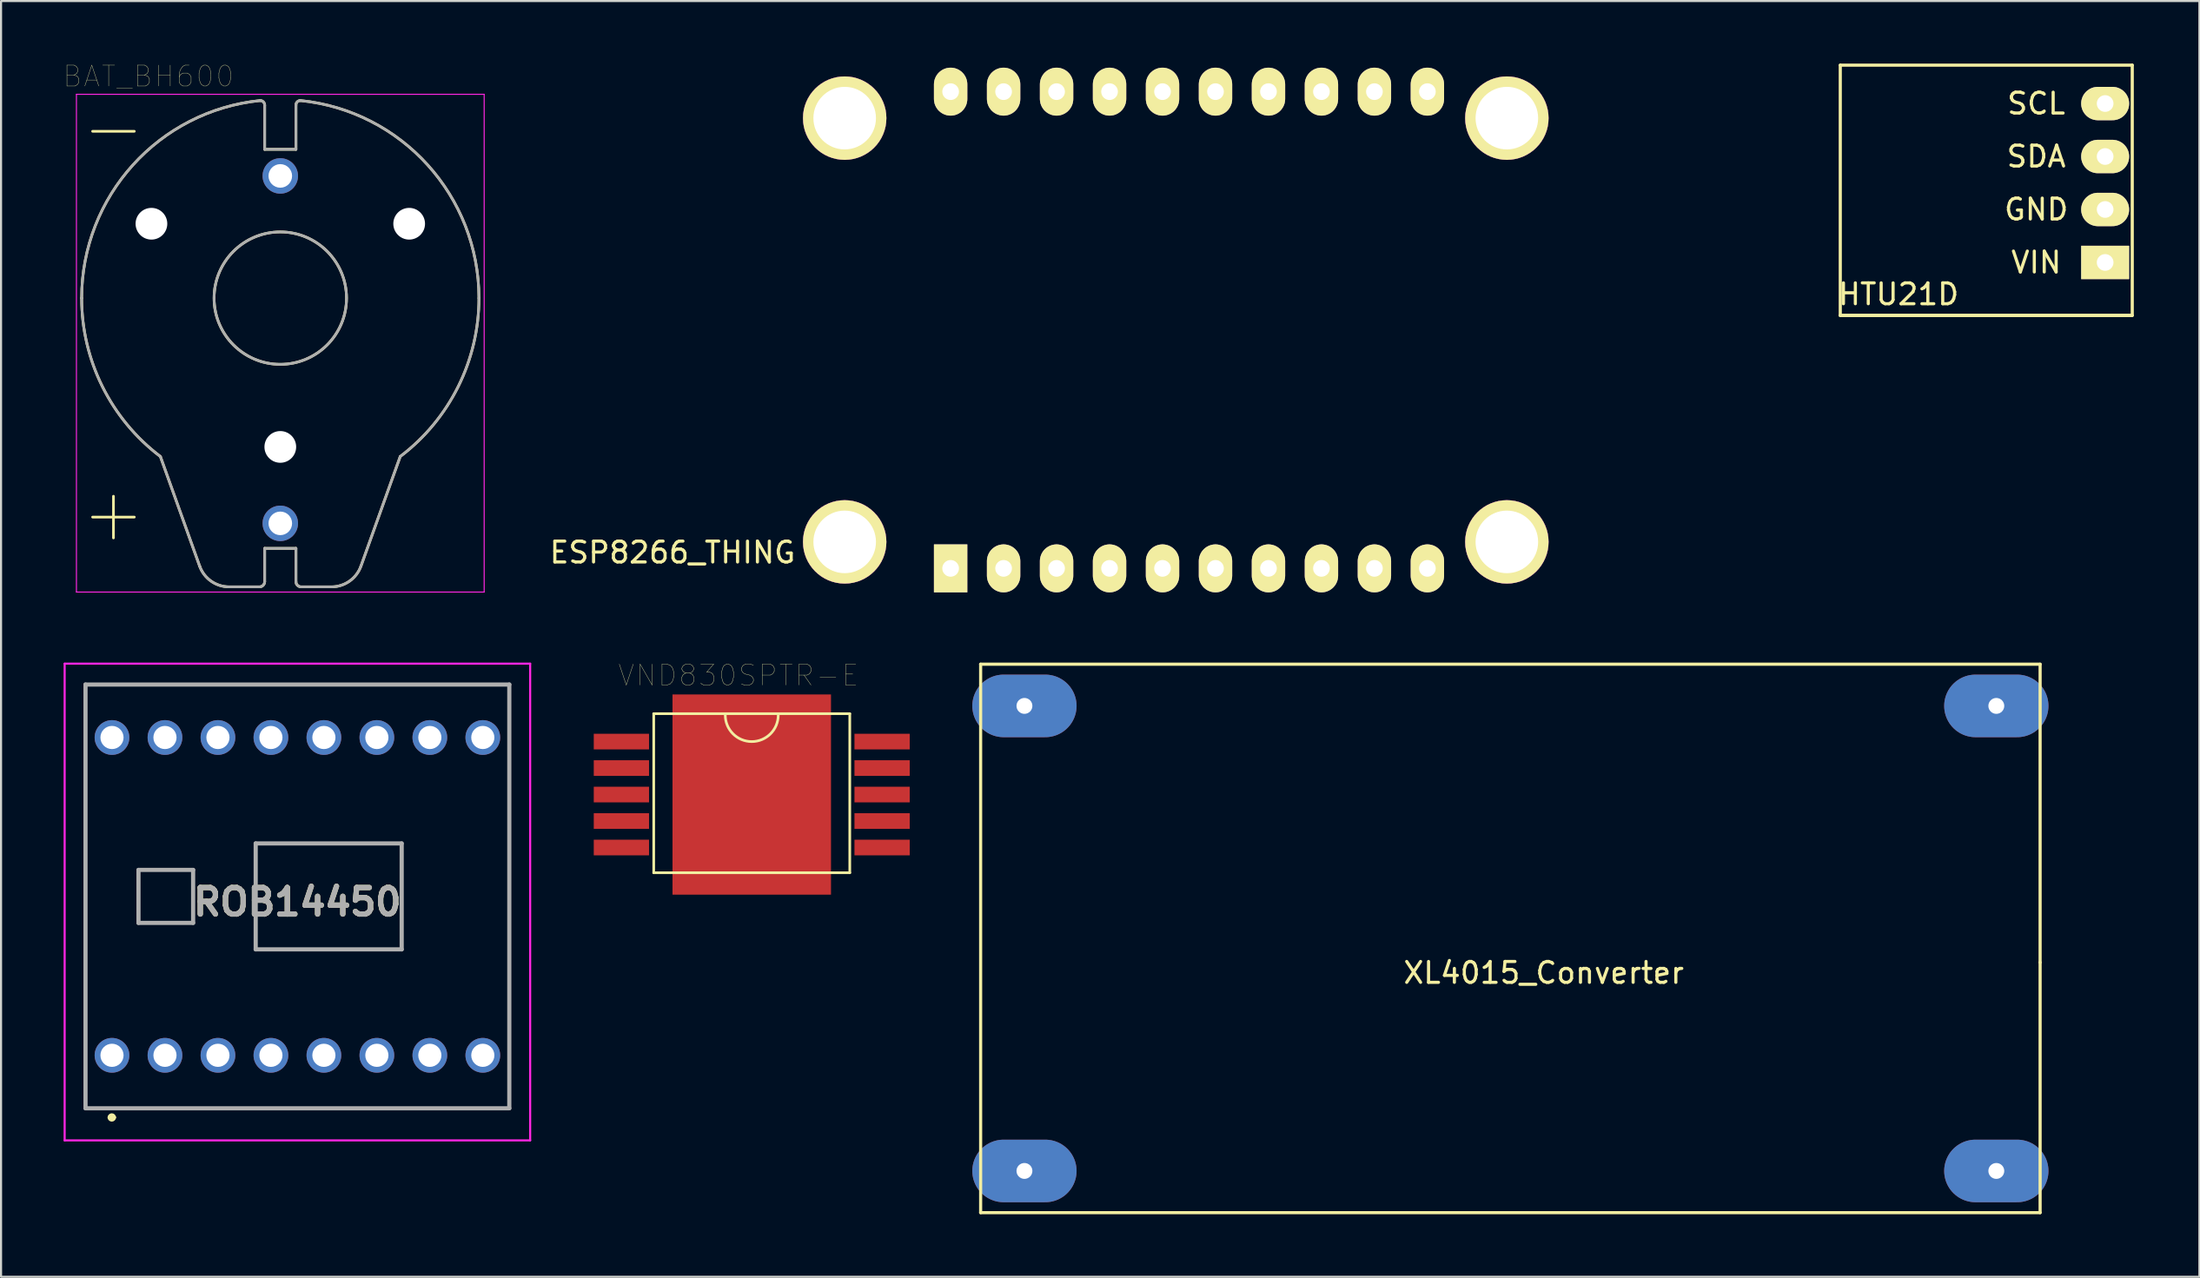
<source format=kicad_pcb>
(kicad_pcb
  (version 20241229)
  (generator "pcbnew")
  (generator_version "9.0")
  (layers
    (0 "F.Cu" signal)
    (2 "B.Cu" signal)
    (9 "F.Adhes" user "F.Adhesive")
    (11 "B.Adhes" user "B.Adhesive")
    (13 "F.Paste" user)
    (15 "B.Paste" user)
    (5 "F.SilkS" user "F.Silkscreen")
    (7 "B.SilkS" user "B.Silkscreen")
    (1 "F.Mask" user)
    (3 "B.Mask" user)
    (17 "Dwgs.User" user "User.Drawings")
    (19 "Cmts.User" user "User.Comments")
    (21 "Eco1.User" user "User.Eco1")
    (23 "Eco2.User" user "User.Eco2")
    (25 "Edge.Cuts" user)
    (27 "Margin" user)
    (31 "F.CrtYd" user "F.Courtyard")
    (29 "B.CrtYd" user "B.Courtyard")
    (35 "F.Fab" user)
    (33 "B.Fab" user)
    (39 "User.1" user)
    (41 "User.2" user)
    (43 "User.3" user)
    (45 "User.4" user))
  (footprint "ESP8266_THING"
    (layer "F.Cu")
    (at 26.021 25.475)
    (property "Reference" "ESP8266_THING" (at 3.175 -2.032 0) (layer "F.SilkS") (effects (font (size 1 1) (thickness 0.15))))
    (attr through_hole)
    (fp_circle (center 11.43 -22.86) (end 12.7 -21.59) (stroke (width 0.15) (type solid)) (fill no) (layer "F.SilkS"))
    (fp_circle (center 11.43 -2.54) (end 12.7 -1.27) (stroke (width 0.15) (type solid)) (fill no) (layer "F.SilkS"))
    (fp_circle (center 43.18 -22.86) (end 44.45 -21.59) (stroke (width 0.15) (type solid)) (fill no) (layer "F.SilkS"))
    (fp_circle (center 43.18 -2.54) (end 44.45 -1.27) (stroke (width 0.15) (type solid)) (fill no) (layer "F.SilkS"))
    (fp_line (start 0 -25.4) (end 0 0) (stroke (width 0.15) (type solid)) (layer "B.Adhes"))
    (fp_line (start 0 0) (end 55.88 0) (stroke (width 0.15) (type solid)) (layer "B.Adhes"))
    (fp_line (start 55.88 -25.4) (end 0 -25.4) (stroke (width 0.15) (type solid)) (layer "B.Adhes"))
    (fp_line (start 55.88 0) (end 55.88 -25.4) (stroke (width 0.15) (type solid)) (layer "B.Adhes"))
    (pad "" np_thru_hole circle (at 11.43 -22.86) (size 4 4) (drill 3) (layers "*.Cu" "*.Adhes" "*.Mask" "F.SilkS"))
    (pad "" np_thru_hole circle (at 11.43 -2.54) (size 4 4) (drill 3) (layers "*.Cu" "*.Adhes" "*.Mask" "F.SilkS"))
    (pad "" np_thru_hole circle (at 43.18 -22.86) (size 4 4) (drill 3) (layers "*.Cu" "*.Adhes" "*.Mask" "F.SilkS"))
    (pad "" np_thru_hole circle (at 43.18 -2.54) (size 4 4) (drill 3) (layers "*.Cu" "*.Adhes" "*.Mask" "F.SilkS"))
    (pad "1" thru_hole rect (at 16.51 -1.27) (size 1.6 2.3) (drill 0.8) (layers "*.Cu" "*.Mask" "F.SilkS"))
    (pad "2" thru_hole oval (at 19.05 -1.27) (size 1.6 2.3) (drill 0.8) (layers "*.Cu" "*.Mask" "F.SilkS"))
    (pad "3" thru_hole oval (at 21.59 -1.27) (size 1.6 2.3) (drill 0.8) (layers "*.Cu" "*.Mask" "F.SilkS"))
    (pad "4" thru_hole oval (at 24.13 -1.27) (size 1.6 2.3) (drill 0.8) (layers "*.Cu" "*.Mask" "F.SilkS"))
    (pad "5" thru_hole oval (at 26.67 -1.27) (size 1.6 2.3) (drill 0.8) (layers "*.Cu" "*.Mask" "F.SilkS"))
    (pad "6" thru_hole oval (at 29.21 -1.27) (size 1.6 2.3) (drill 0.8) (layers "*.Cu" "*.Mask" "F.SilkS"))
    (pad "7" thru_hole oval (at 31.75 -1.27) (size 1.6 2.3) (drill 0.8) (layers "*.Cu" "*.Mask" "F.SilkS"))
    (pad "8" thru_hole oval (at 34.29 -1.27) (size 1.6 2.3) (drill 0.8) (layers "*.Cu" "*.Mask" "F.SilkS"))
    (pad "9" thru_hole oval (at 36.83 -1.27) (size 1.6 2.3) (drill 0.8) (layers "*.Cu" "*.Mask" "F.SilkS"))
    (pad "10" thru_hole oval (at 39.37 -1.27) (size 1.6 2.3) (drill 0.8) (layers "*.Cu" "*.Mask" "F.SilkS"))
    (pad "11" thru_hole oval (at 39.37 -24.13) (size 1.6 2.3) (drill 0.8) (layers "*.Cu" "*.Mask" "F.SilkS"))
    (pad "12" thru_hole oval (at 36.83 -24.13) (size 1.6 2.3) (drill 0.8) (layers "*.Cu" "*.Mask" "F.SilkS"))
    (pad "13" thru_hole oval (at 34.29 -24.13) (size 1.6 2.3) (drill 0.8) (layers "*.Cu" "*.Mask" "F.SilkS"))
    (pad "14" thru_hole oval (at 31.75 -24.13) (size 1.6 2.3) (drill 0.8) (layers "*.Cu" "*.Mask" "F.SilkS"))
    (pad "15" thru_hole oval (at 29.21 -24.13) (size 1.6 2.3) (drill 0.8) (layers "*.Cu" "*.Mask" "F.SilkS"))
    (pad "16" thru_hole oval (at 26.67 -24.13) (size 1.6 2.3) (drill 0.8) (layers "*.Cu" "*.Mask" "F.SilkS"))
    (pad "17" thru_hole oval (at 24.13 -24.13) (size 1.6 2.3) (drill 0.8) (layers "*.Cu" "*.Mask" "F.SilkS"))
    (pad "18" thru_hole oval (at 21.59 -24.13) (size 1.6 2.3) (drill 0.8) (layers "*.Cu" "*.Mask" "F.SilkS"))
    (pad "19" thru_hole oval (at 19.05 -24.13) (size 1.6 2.3) (drill 0.8) (layers "*.Cu" "*.Mask" "F.SilkS"))
    (pad "20" thru_hole oval (at 16.51 -24.13) (size 1.6 2.3) (drill 0.8) (layers "*.Cu" "*.Mask" "F.SilkS")))
  (footprint "ROB14450"
    (layer "F.Cu")
    (at 11.21 39.935)
    (property "Reference" "ROB14450" (at 0 0.27 0) (layer "F.SilkS") (effects (font (size 1.27 1.27) (thickness 0.254))))
    (attr through_hole)
    (fp_line (start -10.16 -10.16) (end 10.16 -10.16) (stroke (width 0.1) (type solid)) (layer "F.SilkS"))
    (fp_line (start -10.16 10.16) (end -10.16 -10.16) (stroke (width 0.1) (type solid)) (layer "F.SilkS"))
    (fp_line (start -9 10.6) (end -9 10.6) (stroke (width 0.2) (type solid)) (layer "F.SilkS"))
    (fp_line (start -8.8 10.6) (end -8.8 10.6) (stroke (width 0.2) (type solid)) (layer "F.SilkS"))
    (fp_line (start 10.16 -10.16) (end 10.16 10.16) (stroke (width 0.1) (type solid)) (layer "F.SilkS"))
    (fp_line (start 10.16 10.16) (end -10.16 10.16) (stroke (width 0.1) (type solid)) (layer "F.SilkS"))
    (fp_arc (start -9 10.6) (mid -8.9 10.5) (end -8.8 10.6) (stroke (width 0.2) (type solid)) (layer "F.SilkS"))
    (fp_arc (start -8.8 10.6) (mid -8.9 10.7) (end -9 10.6) (stroke (width 0.2) (type solid)) (layer "F.SilkS"))
    (fp_line (start -11.16 -11.16) (end 11.16 -11.16) (stroke (width 0.1) (type solid)) (layer "F.CrtYd"))
    (fp_line (start -11.16 11.7) (end -11.16 -11.16) (stroke (width 0.1) (type solid)) (layer "F.CrtYd"))
    (fp_line (start 11.16 -11.16) (end 11.16 11.7) (stroke (width 0.1) (type solid)) (layer "F.CrtYd"))
    (fp_line (start 11.16 11.7) (end -11.16 11.7) (stroke (width 0.1) (type solid)) (layer "F.CrtYd"))
    (fp_line (start -10.16 -10.16) (end 10.16 -10.16) (stroke (width 0.2) (type solid)) (layer "F.Fab"))
    (fp_line (start -10.16 10.16) (end -10.16 -10.16) (stroke (width 0.2) (type solid)) (layer "F.Fab"))
    (fp_line (start -7.62 -1.27) (end -5 -1.27) (stroke (width 0.2) (type solid)) (layer "F.Fab"))
    (fp_line (start -7.62 1.27) (end -7.62 -1.27) (stroke (width 0.2) (type solid)) (layer "F.Fab"))
    (fp_line (start -5 -1.27) (end -5 1.27) (stroke (width 0.2) (type solid)) (layer "F.Fab"))
    (fp_line (start -5 1.27) (end -7.62 1.27) (stroke (width 0.2) (type solid)) (layer "F.Fab"))
    (fp_line (start -2 -2.54) (end 5 -2.54) (stroke (width 0.2) (type solid)) (layer "F.Fab"))
    (fp_line (start -2 2.54) (end -2 -2.54) (stroke (width 0.2) (type solid)) (layer "F.Fab"))
    (fp_line (start 5 -2.54) (end 5 2.54) (stroke (width 0.2) (type solid)) (layer "F.Fab"))
    (fp_line (start 5 2.54) (end -2 2.54) (stroke (width 0.2) (type solid)) (layer "F.Fab"))
    (fp_line (start 10.16 -10.16) (end 10.16 10.16) (stroke (width 0.2) (type solid)) (layer "F.Fab"))
    (fp_line (start 10.16 10.16) (end -10.16 10.16) (stroke (width 0.2) (type solid)) (layer "F.Fab"))
    (fp_text user "${REFERENCE}" (at 0 0.27 0) (layer "F.Fab") (effects (font (size 1.27 1.27) (thickness 0.254))))
    (pad "1" thru_hole circle (at -8.89 7.62) (size 1.665 1.665) (drill 1.11) (layers "*.Cu" "*.Mask"))
    (pad "2" thru_hole circle (at -6.35 7.62) (size 1.665 1.665) (drill 1.11) (layers "*.Cu" "*.Mask"))
    (pad "3" thru_hole circle (at -3.81 7.62) (size 1.665 1.665) (drill 1.11) (layers "*.Cu" "*.Mask"))
    (pad "4" thru_hole circle (at -1.27 7.62) (size 1.665 1.665) (drill 1.11) (layers "*.Cu" "*.Mask"))
    (pad "5" thru_hole circle (at 1.27 7.62) (size 1.665 1.665) (drill 1.11) (layers "*.Cu" "*.Mask"))
    (pad "6" thru_hole circle (at 3.81 7.62) (size 1.665 1.665) (drill 1.11) (layers "*.Cu" "*.Mask"))
    (pad "7" thru_hole circle (at 6.35 7.62) (size 1.665 1.665) (drill 1.11) (layers "*.Cu" "*.Mask"))
    (pad "8" thru_hole circle (at 8.89 7.62) (size 1.665 1.665) (drill 1.11) (layers "*.Cu" "*.Mask"))
    (pad "9" thru_hole circle (at -8.89 -7.62) (size 1.665 1.665) (drill 1.11) (layers "*.Cu" "*.Mask"))
    (pad "10" thru_hole circle (at -6.35 -7.62) (size 1.665 1.665) (drill 1.11) (layers "*.Cu" "*.Mask"))
    (pad "11" thru_hole circle (at -3.81 -7.62) (size 1.665 1.665) (drill 1.11) (layers "*.Cu" "*.Mask"))
    (pad "12" thru_hole circle (at -1.27 -7.62) (size 1.665 1.665) (drill 1.11) (layers "*.Cu" "*.Mask"))
    (pad "13" thru_hole circle (at 1.27 -7.62) (size 1.665 1.665) (drill 1.11) (layers "*.Cu" "*.Mask"))
    (pad "14" thru_hole circle (at 3.81 -7.62) (size 1.665 1.665) (drill 1.11) (layers "*.Cu" "*.Mask"))
    (pad "15" thru_hole circle (at 6.35 -7.62) (size 1.665 1.665) (drill 1.11) (layers "*.Cu" "*.Mask"))
    (pad "16" thru_hole circle (at 8.89 -7.62) (size 1.665 1.665) (drill 1.11) (layers "*.Cu" "*.Mask")))
  (footprint "BAT_BH600"
    (layer "F.Cu")
    (at 10.39 11.246)
    (property "Reference" "BAT_BH600" (at -6.325 -10.635 0) (layer "F.SilkS") (effects (font (size 1 1) (thickness 0.015))))
    (attr through_hole)
    (fp_line (start -9 -8) (end -7 -8) (stroke (width 0.127) (type solid)) (layer "F.SilkS"))
    (fp_line (start -9 10.5) (end -7 10.5) (stroke (width 0.127) (type solid)) (layer "F.SilkS"))
    (fp_line (start -8 9.5) (end -8 11.5) (stroke (width 0.127) (type solid)) (layer "F.SilkS"))
    (fp_line (start -5.75 7.595) (end -3.867 12.851) (stroke (width 0.127) (type solid)) (layer "F.SilkS"))
    (fp_line (start -2.455 13.845) (end -1 13.845) (stroke (width 0.127) (type solid)) (layer "F.SilkS"))
    (fp_line (start -0.75 -7.135) (end -0.75 -9.25) (stroke (width 0.127) (type solid)) (layer "F.SilkS"))
    (fp_line (start -0.75 -7.135) (end 0.75 -7.135) (stroke (width 0.127) (type solid)) (layer "F.SilkS"))
    (fp_line (start -0.75 12) (end 0.75 12) (stroke (width 0.127) (type solid)) (layer "F.SilkS"))
    (fp_line (start -0.75 13.595) (end -0.75 12) (stroke (width 0.127) (type solid)) (layer "F.SilkS"))
    (fp_line (start 0.75 -7.135) (end 0.75 -9.25) (stroke (width 0.127) (type solid)) (layer "F.SilkS"))
    (fp_line (start 0.75 13.595) (end 0.75 12) (stroke (width 0.127) (type solid)) (layer "F.SilkS"))
    (fp_line (start 2.455 13.845) (end 1 13.845) (stroke (width 0.127) (type solid)) (layer "F.SilkS"))
    (fp_line (start 5.75 7.595) (end 3.867 12.851) (stroke (width 0.127) (type solid)) (layer "F.SilkS"))
    (fp_arc (start -9.525 0) (mid -7.066428 -6.386253) (end -0.960001 -9.475) (stroke (width 0.127) (type solid)) (layer "F.SilkS"))
    (fp_arc (start -5.75 7.595) (mid -8.530028 4.24112) (end -9.525 0) (stroke (width 0.127) (type solid)) (layer "F.SilkS"))
    (fp_arc (start -2.45476 13.845) (mid -3.318211 13.57154) (end -3.86685 12.8509) (stroke (width 0.127) (type solid)) (layer "F.SilkS"))
    (fp_arc (start -0.96 -9.475) (mid -0.808401 -9.405992) (end -0.75 -9.25) (stroke (width 0.127) (type solid)) (layer "F.SilkS"))
    (fp_arc (start -0.75 13.595) (mid -0.823223 13.771777) (end -1 13.845) (stroke (width 0.127) (type solid)) (layer "F.SilkS"))
    (fp_arc (start 0.75 -9.25) (mid 0.807691 -9.406655) (end 0.96 -9.475) (stroke (width 0.127) (type solid)) (layer "F.SilkS"))
    (fp_arc (start 0.960001 -9.475) (mid 7.066428 -6.386253) (end 9.525 0) (stroke (width 0.127) (type solid)) (layer "F.SilkS"))
    (fp_arc (start 1 13.845) (mid 0.823223 13.771777) (end 0.75 13.595) (stroke (width 0.127) (type solid)) (layer "F.SilkS"))
    (fp_arc (start 3.86685 12.8509) (mid 3.318211 13.57154) (end 2.45476 13.845) (stroke (width 0.127) (type solid)) (layer "F.SilkS"))
    (fp_arc (start 9.525 0) (mid 8.530028 4.24112) (end 5.75 7.595) (stroke (width 0.127) (type solid)) (layer "F.SilkS"))
    (fp_circle (center 0 0) (end 3.175 0) (stroke (width 0.127) (type solid)) (fill no) (layer "F.SilkS"))
    (fp_line (start -9.775 -9.775) (end -9.775 14.095) (stroke (width 0.05) (type solid)) (layer "F.CrtYd"))
    (fp_line (start -9.775 14.095) (end 9.775 14.095) (stroke (width 0.05) (type solid)) (layer "F.CrtYd"))
    (fp_line (start 9.775 -9.775) (end -9.775 -9.775) (stroke (width 0.05) (type solid)) (layer "F.CrtYd"))
    (fp_line (start 9.775 14.095) (end 9.775 -9.775) (stroke (width 0.05) (type solid)) (layer "F.CrtYd"))
    (fp_line (start -5.75 7.595) (end -3.867 12.851) (stroke (width 0.127) (type solid)) (layer "F.Fab"))
    (fp_line (start -2.455 13.845) (end -1 13.845) (stroke (width 0.127) (type solid)) (layer "F.Fab"))
    (fp_line (start -0.75 -7.135) (end -0.75 -9.25) (stroke (width 0.127) (type solid)) (layer "F.Fab"))
    (fp_line (start -0.75 -7.135) (end 0.75 -7.135) (stroke (width 0.127) (type solid)) (layer "F.Fab"))
    (fp_line (start -0.75 12) (end 0.75 12) (stroke (width 0.127) (type solid)) (layer "F.Fab"))
    (fp_line (start -0.75 13.595) (end -0.75 12) (stroke (width 0.127) (type solid)) (layer "F.Fab"))
    (fp_line (start 0.75 -7.135) (end 0.75 -9.25) (stroke (width 0.127) (type solid)) (layer "F.Fab"))
    (fp_line (start 0.75 13.595) (end 0.75 12) (stroke (width 0.127) (type solid)) (layer "F.Fab"))
    (fp_line (start 2.455 13.845) (end 1 13.845) (stroke (width 0.127) (type solid)) (layer "F.Fab"))
    (fp_line (start 5.75 7.595) (end 3.867 12.851) (stroke (width 0.127) (type solid)) (layer "F.Fab"))
    (fp_arc (start -9.525 0) (mid -7.066428 -6.386253) (end -0.960001 -9.475) (stroke (width 0.127) (type solid)) (layer "F.Fab"))
    (fp_arc (start -5.75 7.595) (mid -8.530028 4.24112) (end -9.525 0) (stroke (width 0.127) (type solid)) (layer "F.Fab"))
    (fp_arc (start -2.45476 13.845) (mid -3.318211 13.57154) (end -3.86685 12.8509) (stroke (width 0.127) (type solid)) (layer "F.Fab"))
    (fp_arc (start -0.96 -9.475) (mid -0.808401 -9.405992) (end -0.75 -9.25) (stroke (width 0.127) (type solid)) (layer "F.Fab"))
    (fp_arc (start -0.75 13.595) (mid -0.823223 13.771777) (end -1 13.845) (stroke (width 0.127) (type solid)) (layer "F.Fab"))
    (fp_arc (start 0.75 -9.25) (mid 0.807691 -9.406655) (end 0.96 -9.475) (stroke (width 0.127) (type solid)) (layer "F.Fab"))
    (fp_arc (start 0.960001 -9.475) (mid 7.066428 -6.386253) (end 9.525 0) (stroke (width 0.127) (type solid)) (layer "F.Fab"))
    (fp_arc (start 1 13.845) (mid 0.823223 13.771777) (end 0.75 13.595) (stroke (width 0.127) (type solid)) (layer "F.Fab"))
    (fp_arc (start 3.86685 12.8509) (mid 3.318211 13.57154) (end 2.45476 13.845) (stroke (width 0.127) (type solid)) (layer "F.Fab"))
    (fp_arc (start 9.525 0) (mid 8.530028 4.24112) (end 5.75 7.595) (stroke (width 0.127) (type solid)) (layer "F.Fab"))
    (fp_circle (center 0 0) (end 3.175 0) (stroke (width 0.127) (type solid)) (fill no) (layer "F.Fab"))
    (pad "" np_thru_hole circle (at -6.179 -3.567) (size 1.52 1.52) (drill 1.52) (layers "*.Cu" "*.Mask"))
    (pad "" np_thru_hole circle (at 0 7.135) (size 1.52 1.52) (drill 1.52) (layers "*.Cu" "*.Mask"))
    (pad "" np_thru_hole circle (at 6.179 -3.567) (size 1.52 1.52) (drill 1.52) (layers "*.Cu" "*.Mask"))
    (pad "+" thru_hole circle (at 0 10.8) (size 1.7 1.7) (drill 1.13) (layers "*.Cu" "*.Mask"))
    (pad "-" thru_hole circle (at 0 -5.86) (size 1.7 1.7) (drill 1.13) (layers "*.Cu" "*.Mask")))
  (footprint "VND830SPTR-E"
    (layer "F.Cu")
    (at 32.995 35.051)
    (property "Reference" "VND830SPTR-E" (at -0.635 -5.715 0) (layer "F.SilkS") (effects (font (size 1 1) (thickness 0.015))))
    (attr through_hole)
    (fp_line (start -4.7 -3.877) (end 4.7 -3.877) (stroke (width 0.127) (type solid)) (layer "F.SilkS"))
    (fp_line (start -4.7 3.75) (end -4.7 -3.877) (stroke (width 0.127) (type solid)) (layer "F.SilkS"))
    (fp_line (start 4.7 -3.877) (end 4.7 3.75) (stroke (width 0.127) (type solid)) (layer "F.SilkS"))
    (fp_line (start 4.7 3.75) (end -4.7 3.75) (stroke (width 0.127) (type solid)) (layer "F.SilkS"))
    (fp_arc (start 1.27 -3.81) (mid 0 -2.54) (end -1.27 -3.81) (stroke (width 0.127) (type solid)) (layer "F.SilkS"))
    (pad "1" smd rect (at -6.25 -2.54) (size 2.65 0.75) (layers "F.Cu" "F.Mask" "F.Paste"))
    (pad "2" smd rect (at -6.25 -1.27) (size 2.65 0.75) (layers "F.Cu" "F.Mask" "F.Paste"))
    (pad "3" smd rect (at -6.25 0) (size 2.65 0.75) (layers "F.Cu" "F.Mask" "F.Paste"))
    (pad "4" smd rect (at -6.25 1.27) (size 2.65 0.75) (layers "F.Cu" "F.Mask" "F.Paste"))
    (pad "5" smd rect (at -6.25 2.54) (size 2.65 0.75) (layers "F.Cu" "F.Mask" "F.Paste"))
    (pad "6" smd rect (at 6.25 2.54) (size 2.65 0.75) (layers "F.Cu" "F.Mask" "F.Paste"))
    (pad "7" smd rect (at 6.25 1.27) (size 2.65 0.75) (layers "F.Cu" "F.Mask" "F.Paste"))
    (pad "8" smd rect (at 6.25 0) (size 2.65 0.75) (layers "F.Cu" "F.Mask" "F.Paste"))
    (pad "9" smd rect (at 6.25 -1.27) (size 2.65 0.75) (layers "F.Cu" "F.Mask" "F.Paste"))
    (pad "10" smd rect (at 6.25 -2.54) (size 2.65 0.75) (layers "F.Cu" "F.Mask" "F.Paste"))
    (pad "11" smd rect (at 0 0) (size 7.6 9.6) (layers "F.Cu" "F.Mask" "F.Paste")))
  (footprint "HTU21D"
    (layer "F.Cu")
    (at 99.158 12.075)
    (property "Reference" "HTU21D" (at -11.176 -1.016 0) (layer "F.SilkS") (effects (font (size 1 1) (thickness 0.15))))
    (attr through_hole)
    (fp_line (start -13.97 -12) (end -13.97 0) (stroke (width 0.15) (type solid)) (layer "F.SilkS"))
    (fp_line (start -13.97 0) (end 0 0) (stroke (width 0.15) (type solid)) (layer "F.SilkS"))
    (fp_line (start -13.97 0) (end 0.03 0) (stroke (width 0.15) (type solid)) (layer "F.SilkS"))
    (fp_line (start 0.03 -12) (end -13.97 -12) (stroke (width 0.15) (type solid)) (layer "F.SilkS"))
    (fp_line (start 0.03 0) (end 0.03 -12) (stroke (width 0.15) (type solid)) (layer "F.SilkS"))
    (fp_text user "GND" (at -4.572 -5.08 0) (layer "F.SilkS") (effects (font (size 1 1) (thickness 0.15))))
    (fp_text user "VIN" (at -4.572 -2.54 0) (layer "F.SilkS") (effects (font (size 1 1) (thickness 0.15))))
    (fp_text user "SDA" (at -4.572 -7.62 0) (layer "F.SilkS") (effects (font (size 1 1) (thickness 0.15))))
    (fp_text user "SCL" (at -4.572 -10.16 0) (layer "F.SilkS") (effects (font (size 1 1) (thickness 0.15))))
    (pad "1" thru_hole rect (at -1.27 -2.54) (size 2.3 1.6) (drill 0.8) (layers "*.Cu" "*.Mask" "F.SilkS"))
    (pad "2" thru_hole oval (at -1.27 -5.08) (size 2.3 1.6) (drill 0.8) (layers "*.Cu" "*.Mask" "F.SilkS"))
    (pad "3" thru_hole oval (at -1.27 -7.62) (size 2.3 1.6) (drill 0.8) (layers "*.Cu" "*.Mask" "F.SilkS"))
    (pad "4" thru_hole oval (at -1.27 -10.16) (size 2.3 1.6) (drill 0.8) (layers "*.Cu" "*.Mask" "F.SilkS")))
  (footprint "XL4015_Converter"
    (layer "F.Cu")
    (at 70.97 43.1)
    (property "Reference" "XL4015_Converter" (at 0 0.5 0) (layer "F.SilkS") (effects (font (size 1 1) (thickness 0.15))))
    (attr through_hole)
    (fp_line (start -27 -14.3) (end -27 12) (stroke (width 0.15) (type solid)) (layer "F.SilkS"))
    (fp_line (start -27 12) (end 23.8 12) (stroke (width 0.15) (type solid)) (layer "F.SilkS"))
    (fp_line (start 23.8 -14.3) (end -27 -14.3) (stroke (width 0.15) (type solid)) (layer "F.SilkS"))
    (fp_line (start 23.8 0) (end 23.8 -14.3) (stroke (width 0.15) (type solid)) (layer "F.SilkS"))
    (fp_line (start 23.8 12) (end 23.8 0) (stroke (width 0.15) (type solid)) (layer "F.SilkS"))
    (pad "1" thru_hole oval (at -24.9 -12.3) (size 5 3) (drill 0.762) (layers "*.Cu" "*.Mask"))
    (pad "2" thru_hole oval (at -24.9 10) (size 5 3) (drill 0.762) (layers "*.Cu" "*.Mask"))
    (pad "3" thru_hole oval (at 21.7 -12.3) (size 5 3) (drill 0.762) (layers "*.Cu" "*.Mask"))
    (pad "4" thru_hole oval (at 21.7 10) (size 5 3) (drill 0.762) (layers "*.Cu" "*.Mask")))
  (gr_rect
    (start -3 -3)
    (end 102.408 58.175)
    (stroke (width 0.1) (type default))
    (fill no)
    (layer "Edge.Cuts")))
</source>
